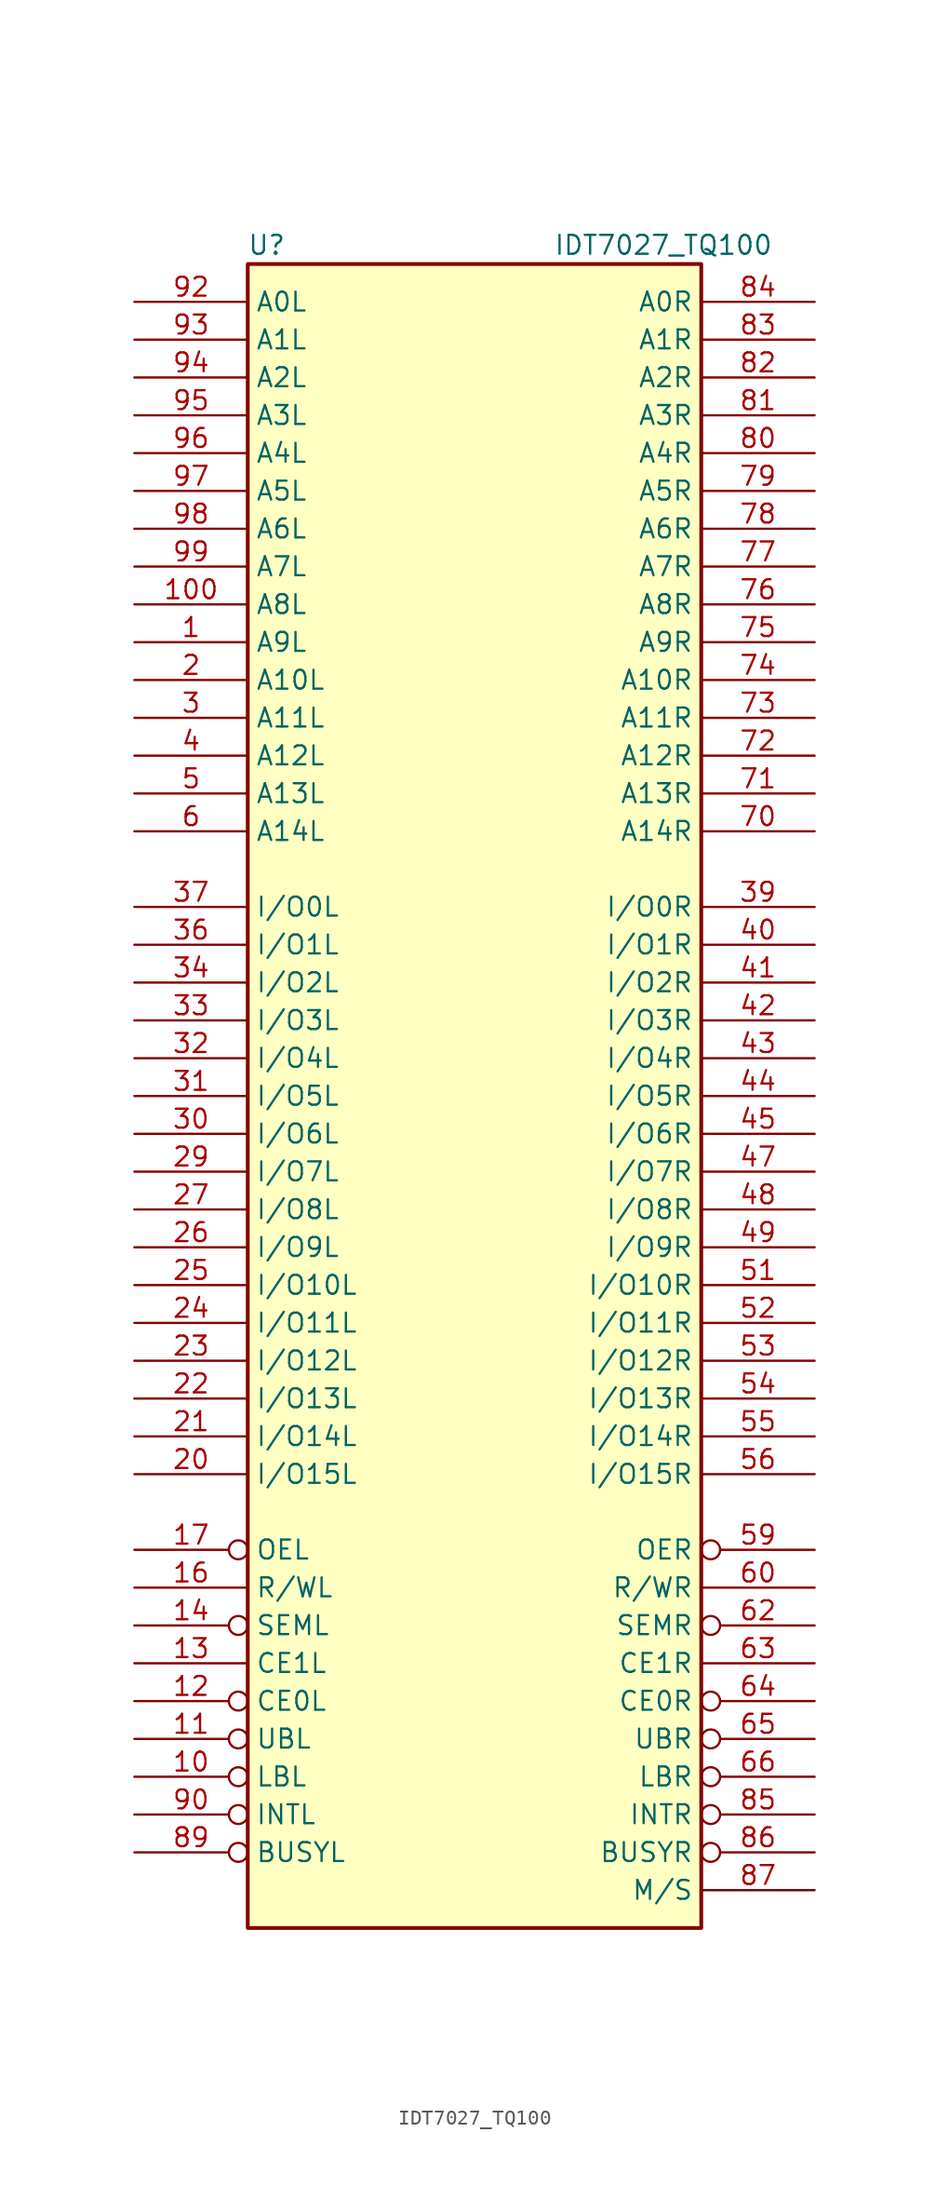
<source format=kicad_sym>
(kicad_symbol_lib
  (version 20201005)
  (generator kicad_symbol_editor)
  (symbol "Memory_RAM:IDT7027_TQ100"
    (property "Reference" "U"
      (at -13.97 57.15 0)
      (effects (font (size 1.27 1.27))))
    (property "Value" "IDT7027_TQ100"
      (at 12.7 57.15 0)
      (effects (font (size 1.27 1.27))))
    (symbol "IDT7027_TQ100_0_1"
      (rectangle (start -15.24 55.88) (end 15.24 -55.88) (stroke (width 0.254)) (fill (type background))))
    (symbol "IDT7027_TQ100_1_1"
      (pin input line (at -22.86 30.48 0) (length 7.62) (name "A9L" (effects (font (size 1.27 1.27)))) (number "1" (effects (font (size 1.27 1.27)))))
      (pin input inverted (at -22.86 -45.72 0) (length 7.62) (name "LBL" (effects (font (size 1.27 1.27)))) (number "10" (effects (font (size 1.27 1.27)))))
      (pin input line (at -22.86 33.02 0) (length 7.62) (name "A8L" (effects (font (size 1.27 1.27)))) (number "100" (effects (font (size 1.27 1.27)))))
      (pin input inverted (at -22.86 -43.18 0) (length 7.62) (name "UBL" (effects (font (size 1.27 1.27)))) (number "11" (effects (font (size 1.27 1.27)))))
      (pin input inverted (at -22.86 -40.64 0) (length 7.62) (name "CE0L" (effects (font (size 1.27 1.27)))) (number "12" (effects (font (size 1.27 1.27)))))
      (pin input line (at -22.86 -38.1 0) (length 7.62) (name "CE1L" (effects (font (size 1.27 1.27)))) (number "13" (effects (font (size 1.27 1.27)))))
      (pin input inverted (at -22.86 -35.56 0) (length 7.62) (name "SEML" (effects (font (size 1.27 1.27)))) (number "14" (effects (font (size 1.27 1.27)))))
      (pin power_in line (at -2.54 55.88 270) (length 0) hide (name "VCC" (effects (font (size 0.762 0.762)))) (number "15" (effects (font (size 0.762 0.762)))))
      (pin input line (at -22.86 -33.02 0) (length 7.62) (name "R/WL" (effects (font (size 1.27 1.27)))) (number "16" (effects (font (size 1.27 1.27)))))
      (pin input inverted (at -22.86 -30.48 0) (length 7.62) (name "OEL" (effects (font (size 1.27 1.27)))) (number "17" (effects (font (size 1.27 1.27)))))
      (pin power_in line (at -8.89 -55.88 90) (length 0) hide (name "GND" (effects (font (size 0.762 0.762)))) (number "18" (effects (font (size 0.762 0.762)))))
      (pin power_in line (at -6.35 -55.88 90) (length 0) hide (name "GND" (effects (font (size 0.762 0.762)))) (number "19" (effects (font (size 0.762 0.762)))))
      (pin input line (at -22.86 27.94 0) (length 7.62) (name "A10L" (effects (font (size 1.27 1.27)))) (number "2" (effects (font (size 1.27 1.27)))))
      (pin bidirectional line (at -22.86 -25.4 0) (length 7.62) (name "I/O15L" (effects (font (size 1.27 1.27)))) (number "20" (effects (font (size 1.27 1.27)))))
      (pin bidirectional line (at -22.86 -22.86 0) (length 7.62) (name "I/O14L" (effects (font (size 1.27 1.27)))) (number "21" (effects (font (size 1.27 1.27)))))
      (pin bidirectional line (at -22.86 -20.32 0) (length 7.62) (name "I/O13L" (effects (font (size 1.27 1.27)))) (number "22" (effects (font (size 1.27 1.27)))))
      (pin bidirectional line (at -22.86 -17.78 0) (length 7.62) (name "I/O12L" (effects (font (size 1.27 1.27)))) (number "23" (effects (font (size 1.27 1.27)))))
      (pin bidirectional line (at -22.86 -15.24 0) (length 7.62) (name "I/O11L" (effects (font (size 1.27 1.27)))) (number "24" (effects (font (size 1.27 1.27)))))
      (pin bidirectional line (at -22.86 -12.7 0) (length 7.62) (name "I/O10L" (effects (font (size 1.27 1.27)))) (number "25" (effects (font (size 1.27 1.27)))))
      (pin bidirectional line (at -22.86 -10.16 0) (length 7.62) (name "I/O9L" (effects (font (size 1.27 1.27)))) (number "26" (effects (font (size 1.27 1.27)))))
      (pin bidirectional line (at -22.86 -7.62 0) (length 7.62) (name "I/O8L" (effects (font (size 1.27 1.27)))) (number "27" (effects (font (size 1.27 1.27)))))
      (pin power_in line (at 0 55.88 270) (length 0) hide (name "VCC" (effects (font (size 0.762 0.762)))) (number "28" (effects (font (size 0.762 0.762)))))
      (pin bidirectional line (at -22.86 -5.08 0) (length 7.62) (name "I/O7L" (effects (font (size 1.27 1.27)))) (number "29" (effects (font (size 1.27 1.27)))))
      (pin input line (at -22.86 25.4 0) (length 7.62) (name "A11L" (effects (font (size 1.27 1.27)))) (number "3" (effects (font (size 1.27 1.27)))))
      (pin bidirectional line (at -22.86 -2.54 0) (length 7.62) (name "I/O6L" (effects (font (size 1.27 1.27)))) (number "30" (effects (font (size 1.27 1.27)))))
      (pin bidirectional line (at -22.86 0 0) (length 7.62) (name "I/O5L" (effects (font (size 1.27 1.27)))) (number "31" (effects (font (size 1.27 1.27)))))
      (pin bidirectional line (at -22.86 2.54 0) (length 7.62) (name "I/O4L" (effects (font (size 1.27 1.27)))) (number "32" (effects (font (size 1.27 1.27)))))
      (pin bidirectional line (at -22.86 5.08 0) (length 7.62) (name "I/O3L" (effects (font (size 1.27 1.27)))) (number "33" (effects (font (size 1.27 1.27)))))
      (pin bidirectional line (at -22.86 7.62 0) (length 7.62) (name "I/O2L" (effects (font (size 1.27 1.27)))) (number "34" (effects (font (size 1.27 1.27)))))
      (pin power_in line (at -3.81 -55.88 90) (length 0) hide (name "GND" (effects (font (size 0.762 0.762)))) (number "35" (effects (font (size 0.762 0.762)))))
      (pin bidirectional line (at -22.86 10.16 0) (length 7.62) (name "I/O1L" (effects (font (size 1.27 1.27)))) (number "36" (effects (font (size 1.27 1.27)))))
      (pin bidirectional line (at -22.86 12.7 0) (length 7.62) (name "I/O0L" (effects (font (size 1.27 1.27)))) (number "37" (effects (font (size 1.27 1.27)))))
      (pin power_in line (at -1.27 -55.88 90) (length 0) hide (name "GND" (effects (font (size 0.762 0.762)))) (number "38" (effects (font (size 0.762 0.762)))))
      (pin bidirectional line (at 22.86 12.7 180) (length 7.62) (name "I/O0R" (effects (font (size 1.27 1.27)))) (number "39" (effects (font (size 1.27 1.27)))))
      (pin input line (at -22.86 22.86 0) (length 7.62) (name "A12L" (effects (font (size 1.27 1.27)))) (number "4" (effects (font (size 1.27 1.27)))))
      (pin bidirectional line (at 22.86 10.16 180) (length 7.62) (name "I/O1R" (effects (font (size 1.27 1.27)))) (number "40" (effects (font (size 1.27 1.27)))))
      (pin bidirectional line (at 22.86 7.62 180) (length 7.62) (name "I/O2R" (effects (font (size 1.27 1.27)))) (number "41" (effects (font (size 1.27 1.27)))))
      (pin bidirectional line (at 22.86 5.08 180) (length 7.62) (name "I/O3R" (effects (font (size 1.27 1.27)))) (number "42" (effects (font (size 1.27 1.27)))))
      (pin bidirectional line (at 22.86 2.54 180) (length 7.62) (name "I/O4R" (effects (font (size 1.27 1.27)))) (number "43" (effects (font (size 1.27 1.27)))))
      (pin bidirectional line (at 22.86 0 180) (length 7.62) (name "I/O5R" (effects (font (size 1.27 1.27)))) (number "44" (effects (font (size 1.27 1.27)))))
      (pin bidirectional line (at 22.86 -2.54 180) (length 7.62) (name "I/O6R" (effects (font (size 1.27 1.27)))) (number "45" (effects (font (size 1.27 1.27)))))
      (pin power_in line (at 2.54 55.88 270) (length 0) hide (name "VCC" (effects (font (size 0.762 0.762)))) (number "46" (effects (font (size 0.762 0.762)))))
      (pin bidirectional line (at 22.86 -5.08 180) (length 7.62) (name "I/O7R" (effects (font (size 1.27 1.27)))) (number "47" (effects (font (size 1.27 1.27)))))
      (pin bidirectional line (at 22.86 -7.62 180) (length 7.62) (name "I/O8R" (effects (font (size 1.27 1.27)))) (number "48" (effects (font (size 1.27 1.27)))))
      (pin bidirectional line (at 22.86 -10.16 180) (length 7.62) (name "I/O9R" (effects (font (size 1.27 1.27)))) (number "49" (effects (font (size 1.27 1.27)))))
      (pin input line (at -22.86 20.32 0) (length 7.62) (name "A13L" (effects (font (size 1.27 1.27)))) (number "5" (effects (font (size 1.27 1.27)))))
      (pin bidirectional line (at 22.86 -12.7 180) (length 7.62) (name "I/O10R" (effects (font (size 1.27 1.27)))) (number "51" (effects (font (size 1.27 1.27)))))
      (pin bidirectional line (at 22.86 -15.24 180) (length 7.62) (name "I/O11R" (effects (font (size 1.27 1.27)))) (number "52" (effects (font (size 1.27 1.27)))))
      (pin bidirectional line (at 22.86 -17.78 180) (length 7.62) (name "I/O12R" (effects (font (size 1.27 1.27)))) (number "53" (effects (font (size 1.27 1.27)))))
      (pin bidirectional line (at 22.86 -20.32 180) (length 7.62) (name "I/O13R" (effects (font (size 1.27 1.27)))) (number "54" (effects (font (size 1.27 1.27)))))
      (pin bidirectional line (at 22.86 -22.86 180) (length 7.62) (name "I/O14R" (effects (font (size 1.27 1.27)))) (number "55" (effects (font (size 1.27 1.27)))))
      (pin bidirectional line (at 22.86 -25.4 180) (length 7.62) (name "I/O15R" (effects (font (size 1.27 1.27)))) (number "56" (effects (font (size 1.27 1.27)))))
      (pin power_in line (at 1.27 -55.88 90) (length 0) hide (name "GND" (effects (font (size 0.762 0.762)))) (number "57" (effects (font (size 0.762 0.762)))))
      (pin power_in line (at 3.81 -55.88 90) (length 0) hide (name "GND" (effects (font (size 0.762 0.762)))) (number "58" (effects (font (size 0.762 0.762)))))
      (pin input inverted (at 22.86 -30.48 180) (length 7.62) (name "OER" (effects (font (size 1.27 1.27)))) (number "59" (effects (font (size 1.27 1.27)))))
      (pin input line (at -22.86 17.78 0) (length 7.62) (name "A14L" (effects (font (size 1.27 1.27)))) (number "6" (effects (font (size 1.27 1.27)))))
      (pin input line (at 22.86 -33.02 180) (length 7.62) (name "R/WR" (effects (font (size 1.27 1.27)))) (number "60" (effects (font (size 1.27 1.27)))))
      (pin power_in line (at 6.35 -55.88 90) (length 0) hide (name "GND" (effects (font (size 0.762 0.762)))) (number "61" (effects (font (size 0.762 0.762)))))
      (pin input inverted (at 22.86 -35.56 180) (length 7.62) (name "SEMR" (effects (font (size 1.27 1.27)))) (number "62" (effects (font (size 1.27 1.27)))))
      (pin input line (at 22.86 -38.1 180) (length 7.62) (name "CE1R" (effects (font (size 1.27 1.27)))) (number "63" (effects (font (size 1.27 1.27)))))
      (pin input inverted (at 22.86 -40.64 180) (length 7.62) (name "CE0R" (effects (font (size 1.27 1.27)))) (number "64" (effects (font (size 1.27 1.27)))))
      (pin input inverted (at 22.86 -43.18 180) (length 7.62) (name "UBR" (effects (font (size 1.27 1.27)))) (number "65" (effects (font (size 1.27 1.27)))))
      (pin input inverted (at 22.86 -45.72 180) (length 7.62) (name "LBR" (effects (font (size 1.27 1.27)))) (number "66" (effects (font (size 1.27 1.27)))))
      (pin input line (at 22.86 17.78 180) (length 7.62) (name "A14R" (effects (font (size 1.27 1.27)))) (number "70" (effects (font (size 1.27 1.27)))))
      (pin input line (at 22.86 20.32 180) (length 7.62) (name "A13R" (effects (font (size 1.27 1.27)))) (number "71" (effects (font (size 1.27 1.27)))))
      (pin input line (at 22.86 22.86 180) (length 7.62) (name "A12R" (effects (font (size 1.27 1.27)))) (number "72" (effects (font (size 1.27 1.27)))))
      (pin input line (at 22.86 25.4 180) (length 7.62) (name "A11R" (effects (font (size 1.27 1.27)))) (number "73" (effects (font (size 1.27 1.27)))))
      (pin input line (at 22.86 27.94 180) (length 7.62) (name "A10R" (effects (font (size 1.27 1.27)))) (number "74" (effects (font (size 1.27 1.27)))))
      (pin input line (at 22.86 30.48 180) (length 7.62) (name "A9R" (effects (font (size 1.27 1.27)))) (number "75" (effects (font (size 1.27 1.27)))))
      (pin input line (at 22.86 33.02 180) (length 7.62) (name "A8R" (effects (font (size 1.27 1.27)))) (number "76" (effects (font (size 1.27 1.27)))))
      (pin input line (at 22.86 35.56 180) (length 7.62) (name "A7R" (effects (font (size 1.27 1.27)))) (number "77" (effects (font (size 1.27 1.27)))))
      (pin input line (at 22.86 38.1 180) (length 7.62) (name "A6R" (effects (font (size 1.27 1.27)))) (number "78" (effects (font (size 1.27 1.27)))))
      (pin input line (at 22.86 40.64 180) (length 7.62) (name "A5R" (effects (font (size 1.27 1.27)))) (number "79" (effects (font (size 1.27 1.27)))))
      (pin input line (at 22.86 43.18 180) (length 7.62) (name "A4R" (effects (font (size 1.27 1.27)))) (number "80" (effects (font (size 1.27 1.27)))))
      (pin input line (at 22.86 45.72 180) (length 7.62) (name "A3R" (effects (font (size 1.27 1.27)))) (number "81" (effects (font (size 1.27 1.27)))))
      (pin input line (at 22.86 48.26 180) (length 7.62) (name "A2R" (effects (font (size 1.27 1.27)))) (number "82" (effects (font (size 1.27 1.27)))))
      (pin input line (at 22.86 50.8 180) (length 7.62) (name "A1R" (effects (font (size 1.27 1.27)))) (number "83" (effects (font (size 1.27 1.27)))))
      (pin input line (at 22.86 53.34 180) (length 7.62) (name "A0R" (effects (font (size 1.27 1.27)))) (number "84" (effects (font (size 1.27 1.27)))))
      (pin output inverted (at 22.86 -48.26 180) (length 7.62) (name "INTR" (effects (font (size 1.27 1.27)))) (number "85" (effects (font (size 1.27 1.27)))))
      (pin bidirectional inverted (at 22.86 -50.8 180) (length 7.62) (name "BUSYR" (effects (font (size 1.27 1.27)))) (number "86" (effects (font (size 1.27 1.27)))))
      (pin input line (at 22.86 -53.34 180) (length 7.62) (name "M/S" (effects (font (size 1.27 1.27)))) (number "87" (effects (font (size 1.27 1.27)))))
      (pin power_in line (at 8.89 -55.88 90) (length 0) hide (name "GND" (effects (font (size 0.762 0.762)))) (number "88" (effects (font (size 0.762 0.762)))))
      (pin bidirectional inverted (at -22.86 -50.8 0) (length 7.62) (name "BUSYL" (effects (font (size 1.27 1.27)))) (number "89" (effects (font (size 1.27 1.27)))))
      (pin output inverted (at -22.86 -48.26 0) (length 7.62) (name "INTL" (effects (font (size 1.27 1.27)))) (number "90" (effects (font (size 1.27 1.27)))))
      (pin input line (at -22.86 53.34 0) (length 7.62) (name "A0L" (effects (font (size 1.27 1.27)))) (number "92" (effects (font (size 1.27 1.27)))))
      (pin input line (at -22.86 50.8 0) (length 7.62) (name "A1L" (effects (font (size 1.27 1.27)))) (number "93" (effects (font (size 1.27 1.27)))))
      (pin input line (at -22.86 48.26 0) (length 7.62) (name "A2L" (effects (font (size 1.27 1.27)))) (number "94" (effects (font (size 1.27 1.27)))))
      (pin input line (at -22.86 45.72 0) (length 7.62) (name "A3L" (effects (font (size 1.27 1.27)))) (number "95" (effects (font (size 1.27 1.27)))))
      (pin input line (at -22.86 43.18 0) (length 7.62) (name "A4L" (effects (font (size 1.27 1.27)))) (number "96" (effects (font (size 1.27 1.27)))))
      (pin input line (at -22.86 40.64 0) (length 7.62) (name "A5L" (effects (font (size 1.27 1.27)))) (number "97" (effects (font (size 1.27 1.27)))))
      (pin input line (at -22.86 38.1 0) (length 7.62) (name "A6L" (effects (font (size 1.27 1.27)))) (number "98" (effects (font (size 1.27 1.27)))))
      (pin input line (at -22.86 35.56 0) (length 7.62) (name "A7L" (effects (font (size 1.27 1.27)))) (number "99" (effects (font (size 1.27 1.27))))))))
</source>
